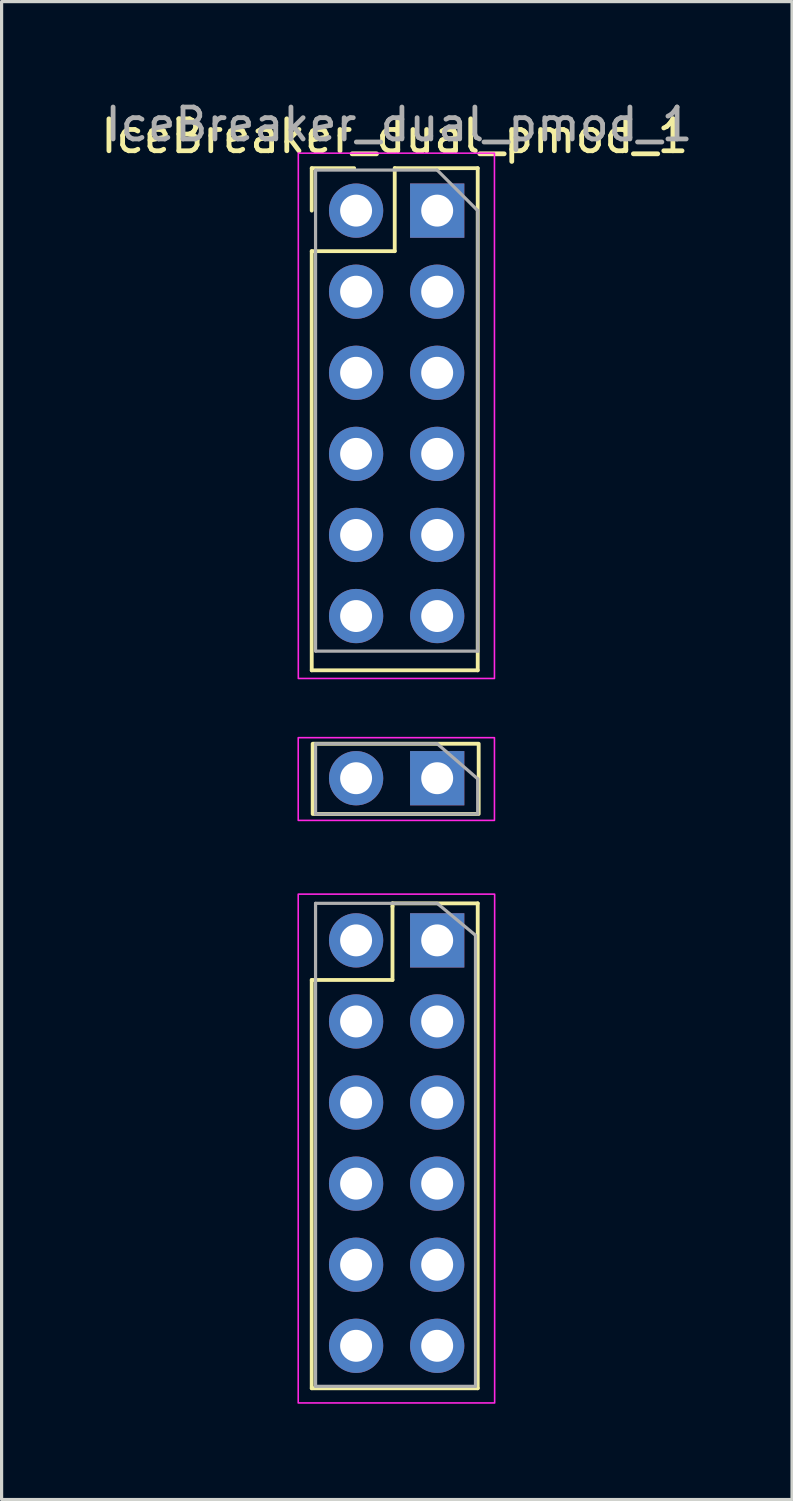
<source format=kicad_pcb>
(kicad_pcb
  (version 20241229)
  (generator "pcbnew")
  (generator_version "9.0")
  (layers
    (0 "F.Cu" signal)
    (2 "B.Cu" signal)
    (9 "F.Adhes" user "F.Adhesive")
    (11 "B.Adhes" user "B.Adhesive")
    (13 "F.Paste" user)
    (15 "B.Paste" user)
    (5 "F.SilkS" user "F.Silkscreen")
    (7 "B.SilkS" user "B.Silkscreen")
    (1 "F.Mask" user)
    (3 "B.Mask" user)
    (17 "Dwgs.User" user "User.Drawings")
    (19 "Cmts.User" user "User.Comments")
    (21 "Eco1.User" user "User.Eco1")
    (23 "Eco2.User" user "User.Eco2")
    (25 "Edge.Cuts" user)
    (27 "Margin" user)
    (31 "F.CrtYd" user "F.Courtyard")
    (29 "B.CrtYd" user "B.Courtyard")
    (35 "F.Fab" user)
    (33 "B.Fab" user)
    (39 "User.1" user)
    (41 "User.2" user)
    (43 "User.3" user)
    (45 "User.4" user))
  (footprint "IceBreaker_dual_pmod_1"
    (layer "F.Cu")
    (at 8.045 3.548)
    (property "Reference" "IceBreaker_dual_pmod_1" (at 1.27 -2.33 0) (layer "F.SilkS") (effects (font (size 1 1) (thickness 0.15))))
    (attr through_hole)
    (fp_line (start -1.33 -1.33) (end 0 -1.33) (stroke (width 0.12) (type solid)) (layer "F.SilkS"))
    (fp_line (start -1.33 0) (end -1.33 -1.33) (stroke (width 0.12) (type solid)) (layer "F.SilkS"))
    (fp_line (start -1.33 1.27) (end -1.33 14.4) (stroke (width 0.12) (type solid)) (layer "F.SilkS"))
    (fp_line (start -1.33 1.27) (end 1.27 1.27) (stroke (width 0.12) (type solid)) (layer "F.SilkS"))
    (fp_line (start -1.33 24.1) (end -1.33 36.89) (stroke (width 0.12) (type solid)) (layer "F.SilkS"))
    (fp_line (start -1.33 24.1) (end 1.2 24.1) (stroke (width 0.12) (type solid)) (layer "F.SilkS"))
    (fp_line (start -1.33 36.89) (end 3.87 36.89) (stroke (width 0.12) (type solid)) (layer "F.SilkS"))
    (fp_line (start 1.2 21.7) (end 3.87 21.7) (stroke (width 0.12) (type solid)) (layer "F.SilkS"))
    (fp_line (start 1.2 21.8) (end 1.2 21.7) (stroke (width 0.12) (type solid)) (layer "F.SilkS"))
    (fp_line (start 1.2 24.1) (end 1.2 21.8) (stroke (width 0.12) (type solid)) (layer "F.SilkS"))
    (fp_line (start 1.27 -1.33) (end 3.87 -1.33) (stroke (width 0.12) (type solid)) (layer "F.SilkS"))
    (fp_line (start 1.27 1.27) (end 1.27 -1.33) (stroke (width 0.12) (type solid)) (layer "F.SilkS"))
    (fp_line (start 3.87 -1.33) (end 3.87 14.4) (stroke (width 0.12) (type solid)) (layer "F.SilkS"))
    (fp_line (start 3.87 14.4) (end -1.33 14.4) (stroke (width 0.12) (type solid)) (layer "F.SilkS"))
    (fp_line (start 3.87 21.7) (end 3.87 36.89) (stroke (width 0.12) (type solid)) (layer "F.SilkS"))
    (fp_rect (start -1.3 16.7) (end 3.9 18.9) (stroke (width 0.12) (type solid)) (fill no) (layer "F.SilkS"))
    (fp_rect (start -1.753 16.51) (end 4.394 19.101) (stroke (width 0.05) (type solid)) (fill no) (layer "F.CrtYd"))
    (fp_rect (start -1.75 -1.8) (end 4.394 14.656) (stroke (width 0.05) (type solid)) (fill no) (layer "F.CrtYd"))
    (fp_rect (start 4.4 37.35) (end -1.753 21.412) (stroke (width 0.05) (type solid)) (fill no) (layer "F.CrtYd"))
    (fp_line (start -1.21 -1.27) (end -1.21 13.8) (stroke (width 0.1) (type solid)) (layer "F.Fab"))
    (fp_line (start -1.21 16.7) (end 2.6 16.7) (stroke (width 0.1) (type solid)) (layer "F.Fab"))
    (fp_line (start -1.21 18.9) (end -1.21 16.7) (stroke (width 0.1) (type solid)) (layer "F.Fab"))
    (fp_line (start -1.21 21.7) (end -1.21 36.83) (stroke (width 0.1) (type solid)) (layer "F.Fab"))
    (fp_line (start -1.21 21.7) (end 2.6 21.7) (stroke (width 0.1) (type solid)) (layer "F.Fab"))
    (fp_line (start 2.6 -1.27) (end -1.21 -1.27) (stroke (width 0.1) (type solid)) (layer "F.Fab"))
    (fp_line (start 2.6 16.7) (end 3.87 17.8) (stroke (width 0.1) (type solid)) (layer "F.Fab"))
    (fp_line (start 2.6 21.7) (end 3.8 22.7) (stroke (width 0.1) (type solid)) (layer "F.Fab"))
    (fp_line (start 3.8 22.7) (end 3.8 36.83) (stroke (width 0.1) (type solid)) (layer "F.Fab"))
    (fp_line (start 3.8 36.83) (end -1.21 36.83) (stroke (width 0.1) (type solid)) (layer "F.Fab"))
    (fp_line (start 3.87 0) (end 2.6 -1.27) (stroke (width 0.1) (type solid)) (layer "F.Fab"))
    (fp_line (start 3.87 13.8) (end -1.2 13.8) (stroke (width 0.1) (type solid)) (layer "F.Fab"))
    (fp_line (start 3.87 13.8) (end 3.87 0) (stroke (width 0.1) (type solid)) (layer "F.Fab"))
    (fp_line (start 3.87 17.8) (end 3.87 18.9) (stroke (width 0.1) (type solid)) (layer "F.Fab"))
    (fp_line (start 3.87 18.9) (end -1.21 18.9) (stroke (width 0.1) (type solid)) (layer "F.Fab"))
    (fp_text user "${REFERENCE}" (at 1.4 -2.7 180) (layer "F.Fab") (effects (font (size 1 1) (thickness 0.15))))
    (pad "A1" thru_hole rect (at 2.6 0) (size 1.7 1.7) (drill 1) (layers "*.Cu" "*.Mask"))
    (pad "A2" thru_hole oval (at 2.6 2.54) (size 1.7 1.7) (drill 1) (layers "*.Cu" "*.Mask"))
    (pad "A3" thru_hole oval (at 2.6 5.08) (size 1.7 1.7) (drill 1) (layers "*.Cu" "*.Mask"))
    (pad "A4" thru_hole oval (at 2.6 7.62) (size 1.7 1.7) (drill 1) (layers "*.Cu" "*.Mask"))
    (pad "A5" thru_hole oval (at 2.6 10.16) (size 1.7 1.7) (drill 1) (layers "*.Cu" "*.Mask"))
    (pad "A6" thru_hole oval (at 2.6 12.7) (size 1.7 1.7) (drill 1) (layers "*.Cu" "*.Mask"))
    (pad "A7" thru_hole oval (at 0.06 0) (size 1.7 1.7) (drill 1) (layers "*.Cu" "*.Mask"))
    (pad "A8" thru_hole oval (at 0.06 2.54) (size 1.7 1.7) (drill 1) (layers "*.Cu" "*.Mask"))
    (pad "A9" thru_hole oval (at 0.06 5.08) (size 1.7 1.7) (drill 1) (layers "*.Cu" "*.Mask"))
    (pad "A10" thru_hole oval (at 0.06 7.62) (size 1.7 1.7) (drill 1) (layers "*.Cu" "*.Mask"))
    (pad "A11" thru_hole oval (at 0.06 10.16) (size 1.7 1.7) (drill 1) (layers "*.Cu" "*.Mask"))
    (pad "A12" thru_hole oval (at 0.06 12.7) (size 1.7 1.7) (drill 1) (layers "*.Cu" "*.Mask"))
    (pad "B1" thru_hole rect (at 2.6 22.86) (size 1.7 1.7) (drill 1) (layers "*.Cu" "*.Mask"))
    (pad "B2" thru_hole oval (at 2.6 25.4) (size 1.7 1.7) (drill 1) (layers "*.Cu" "*.Mask"))
    (pad "B3" thru_hole oval (at 2.6 27.94) (size 1.7 1.7) (drill 1) (layers "*.Cu" "*.Mask"))
    (pad "B4" thru_hole oval (at 2.6 30.48) (size 1.7 1.7) (drill 1) (layers "*.Cu" "*.Mask"))
    (pad "B5" thru_hole oval (at 2.6 33.02) (size 1.7 1.7) (drill 1) (layers "*.Cu" "*.Mask"))
    (pad "B6" thru_hole oval (at 2.6 35.56) (size 1.7 1.7) (drill 1) (layers "*.Cu" "*.Mask"))
    (pad "B7" thru_hole oval (at 0.06 22.86) (size 1.7 1.7) (drill 1) (layers "*.Cu" "*.Mask"))
    (pad "B8" thru_hole oval (at 0.06 25.4) (size 1.7 1.7) (drill 1) (layers "*.Cu" "*.Mask"))
    (pad "B9" thru_hole oval (at 0.06 27.94) (size 1.7 1.7) (drill 1) (layers "*.Cu" "*.Mask"))
    (pad "B10" thru_hole oval (at 0.06 30.48) (size 1.7 1.7) (drill 1) (layers "*.Cu" "*.Mask"))
    (pad "B11" thru_hole oval (at 0.06 33.02) (size 1.7 1.7) (drill 1) (layers "*.Cu" "*.Mask"))
    (pad "B12" thru_hole oval (at 0.06 35.56) (size 1.7 1.7) (drill 1) (layers "*.Cu" "*.Mask"))
    (pad "C1" thru_hole rect (at 2.6 17.78) (size 1.7 1.7) (drill 1) (layers "*.Cu" "*.Mask"))
    (pad "C2" thru_hole oval (at 0.06 17.78) (size 1.7 1.7) (drill 1) (layers "*.Cu" "*.Mask")))
  (gr_rect
    (start -3 -3)
    (end 21.761 43.923)
    (stroke (width 0.1) (type default))
    (fill no)
    (layer "Edge.Cuts")))
</source>
